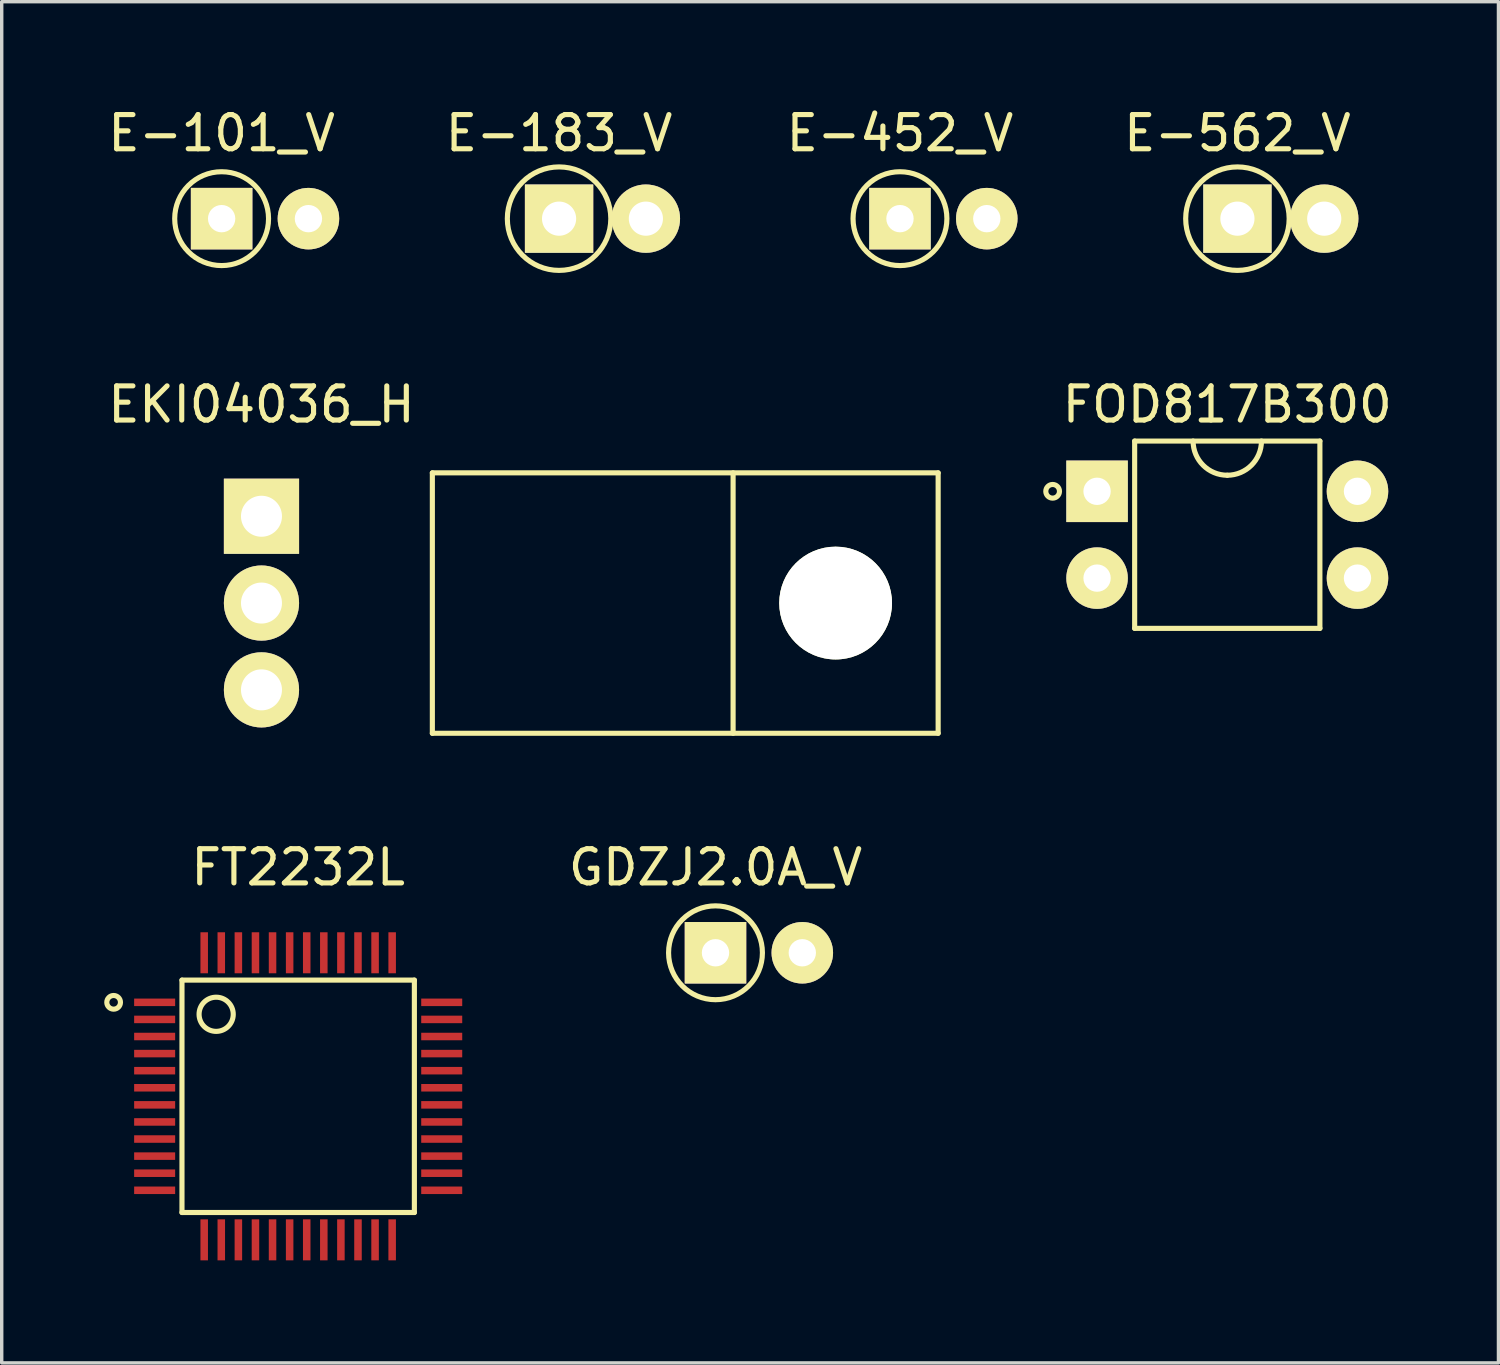
<source format=kicad_pcb>
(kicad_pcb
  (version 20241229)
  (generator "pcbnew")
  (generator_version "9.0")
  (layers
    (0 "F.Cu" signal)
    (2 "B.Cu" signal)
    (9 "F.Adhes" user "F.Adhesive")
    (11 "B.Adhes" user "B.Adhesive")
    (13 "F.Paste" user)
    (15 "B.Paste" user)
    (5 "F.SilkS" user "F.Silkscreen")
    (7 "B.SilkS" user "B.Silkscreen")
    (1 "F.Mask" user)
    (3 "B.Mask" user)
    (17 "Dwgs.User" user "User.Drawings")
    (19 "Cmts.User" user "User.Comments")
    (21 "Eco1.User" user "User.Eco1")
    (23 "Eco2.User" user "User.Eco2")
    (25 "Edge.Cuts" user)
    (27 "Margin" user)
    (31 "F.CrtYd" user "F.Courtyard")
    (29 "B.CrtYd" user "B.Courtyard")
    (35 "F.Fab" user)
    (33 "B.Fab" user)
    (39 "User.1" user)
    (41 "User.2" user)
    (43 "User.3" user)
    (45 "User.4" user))
  (footprint "FT2232L"
    (layer "F.Cu")
    (at 1.475 24.829)
    (property "Reference" "FT2232L" (at 4.2 -2.5 0) (layer "F.SilkS") (effects (font (size 1 1) (thickness 0.15))))
    (attr through_hole)
    (fp_line (start 0.8 0.8) (end 0.8 7.6) (stroke (width 0.15) (type solid)) (layer "F.SilkS"))
    (fp_line (start 0.8 0.8) (end 7.6 0.8) (stroke (width 0.15) (type solid)) (layer "F.SilkS"))
    (fp_line (start 0.8 7.6) (end 7.6 7.6) (stroke (width 0.15) (type solid)) (layer "F.SilkS"))
    (fp_line (start 7.6 7.6) (end 7.6 0.8) (stroke (width 0.15) (type solid)) (layer "F.SilkS"))
    (fp_circle (center -1.2 1.45) (end -1.2 1.25) (stroke (width 0.15) (type solid)) (fill no) (layer "F.SilkS"))
    (fp_circle (center 1.8 1.8) (end 1.8 1.3) (stroke (width 0.15) (type solid)) (fill no) (layer "F.SilkS"))
    (pad "1" smd rect (at 0 1.45) (size 1.2 0.22) (layers "F.Cu" "F.Mask" "F.Paste"))
    (pad "2" smd rect (at 0 1.95) (size 1.2 0.22) (layers "F.Cu" "F.Mask" "F.Paste"))
    (pad "3" smd rect (at 0 2.45) (size 1.2 0.22) (layers "F.Cu" "F.Mask" "F.Paste"))
    (pad "4" smd rect (at 0 2.95) (size 1.2 0.22) (layers "F.Cu" "F.Mask" "F.Paste"))
    (pad "5" smd rect (at 0 3.45) (size 1.2 0.22) (layers "F.Cu" "F.Mask" "F.Paste"))
    (pad "6" smd rect (at 0 3.95) (size 1.2 0.22) (layers "F.Cu" "F.Mask" "F.Paste"))
    (pad "7" smd rect (at 0 4.45) (size 1.2 0.22) (layers "F.Cu" "F.Mask" "F.Paste"))
    (pad "8" smd rect (at 0 4.95) (size 1.2 0.22) (layers "F.Cu" "F.Mask" "F.Paste"))
    (pad "9" smd rect (at 0 5.45) (size 1.2 0.22) (layers "F.Cu" "F.Mask" "F.Paste"))
    (pad "10" smd rect (at 0 5.95) (size 1.2 0.22) (layers "F.Cu" "F.Mask" "F.Paste"))
    (pad "11" smd rect (at 0 6.45) (size 1.2 0.22) (layers "F.Cu" "F.Mask" "F.Paste"))
    (pad "12" smd rect (at 0 6.95) (size 1.2 0.22) (layers "F.Cu" "F.Mask" "F.Paste"))
    (pad "13" smd rect (at 1.45 8.4) (size 0.22 1.2) (layers "F.Cu" "F.Mask" "F.Paste"))
    (pad "14" smd rect (at 1.95 8.4) (size 0.22 1.2) (layers "F.Cu" "F.Mask" "F.Paste"))
    (pad "15" smd rect (at 2.45 8.4) (size 0.22 1.2) (layers "F.Cu" "F.Mask" "F.Paste"))
    (pad "16" smd rect (at 2.95 8.4) (size 0.22 1.2) (layers "F.Cu" "F.Mask" "F.Paste"))
    (pad "17" smd rect (at 3.45 8.4) (size 0.22 1.2) (layers "F.Cu" "F.Mask" "F.Paste"))
    (pad "18" smd rect (at 3.95 8.4) (size 0.22 1.2) (layers "F.Cu" "F.Mask" "F.Paste"))
    (pad "19" smd rect (at 4.45 8.4) (size 0.22 1.2) (layers "F.Cu" "F.Mask" "F.Paste"))
    (pad "20" smd rect (at 4.95 8.4) (size 0.22 1.2) (layers "F.Cu" "F.Mask" "F.Paste"))
    (pad "21" smd rect (at 5.45 8.4) (size 0.22 1.2) (layers "F.Cu" "F.Mask" "F.Paste"))
    (pad "22" smd rect (at 5.95 8.4) (size 0.22 1.2) (layers "F.Cu" "F.Mask" "F.Paste"))
    (pad "23" smd rect (at 6.45 8.4) (size 0.22 1.2) (layers "F.Cu" "F.Mask" "F.Paste"))
    (pad "24" smd rect (at 6.95 8.4) (size 0.22 1.2) (layers "F.Cu" "F.Mask" "F.Paste"))
    (pad "25" smd rect (at 8.4 6.95) (size 1.2 0.22) (layers "F.Cu" "F.Mask" "F.Paste"))
    (pad "26" smd rect (at 8.4 6.45) (size 1.2 0.22) (layers "F.Cu" "F.Mask" "F.Paste"))
    (pad "27" smd rect (at 8.4 5.95) (size 1.2 0.22) (layers "F.Cu" "F.Mask" "F.Paste"))
    (pad "28" smd rect (at 8.4 5.45) (size 1.2 0.22) (layers "F.Cu" "F.Mask" "F.Paste"))
    (pad "29" smd rect (at 8.4 4.95) (size 1.2 0.22) (layers "F.Cu" "F.Mask" "F.Paste"))
    (pad "30" smd rect (at 8.4 4.45) (size 1.2 0.22) (layers "F.Cu" "F.Mask" "F.Paste"))
    (pad "31" smd rect (at 8.4 3.95) (size 1.2 0.22) (layers "F.Cu" "F.Mask" "F.Paste"))
    (pad "32" smd rect (at 8.4 3.45) (size 1.2 0.22) (layers "F.Cu" "F.Mask" "F.Paste"))
    (pad "33" smd rect (at 8.4 2.95) (size 1.2 0.22) (layers "F.Cu" "F.Mask" "F.Paste"))
    (pad "34" smd rect (at 8.4 2.45) (size 1.2 0.22) (layers "F.Cu" "F.Mask" "F.Paste"))
    (pad "35" smd rect (at 8.4 1.95) (size 1.2 0.22) (layers "F.Cu" "F.Mask" "F.Paste"))
    (pad "36" smd rect (at 8.4 1.45) (size 1.2 0.22) (layers "F.Cu" "F.Mask" "F.Paste"))
    (pad "37" smd rect (at 6.95 0) (size 0.22 1.2) (layers "F.Cu" "F.Mask" "F.Paste"))
    (pad "38" smd rect (at 6.45 0) (size 0.22 1.2) (layers "F.Cu" "F.Mask" "F.Paste"))
    (pad "39" smd rect (at 5.95 0) (size 0.22 1.2) (layers "F.Cu" "F.Mask" "F.Paste"))
    (pad "40" smd rect (at 5.45 0) (size 0.22 1.2) (layers "F.Cu" "F.Mask" "F.Paste"))
    (pad "41" smd rect (at 4.95 0) (size 0.22 1.2) (layers "F.Cu" "F.Mask" "F.Paste"))
    (pad "42" smd rect (at 4.45 0) (size 0.22 1.2) (layers "F.Cu" "F.Mask" "F.Paste"))
    (pad "43" smd rect (at 3.95 0) (size 0.22 1.2) (layers "F.Cu" "F.Mask" "F.Paste"))
    (pad "44" smd rect (at 3.45 0) (size 0.22 1.2) (layers "F.Cu" "F.Mask" "F.Paste"))
    (pad "45" smd rect (at 2.95 0) (size 0.22 1.2) (layers "F.Cu" "F.Mask" "F.Paste"))
    (pad "46" smd rect (at 2.45 0) (size 0.22 1.2) (layers "F.Cu" "F.Mask" "F.Paste"))
    (pad "47" smd rect (at 1.95 0) (size 0.22 1.2) (layers "F.Cu" "F.Mask" "F.Paste"))
    (pad "48" smd rect (at 1.45 0) (size 0.22 1.2) (layers "F.Cu" "F.Mask" "F.Paste")))
  (footprint "EKI04036_H"
    (layer "F.Cu")
    (at 4.601 12.056)
    (property "Reference" "EKI04036_H" (at 0 -3.27 0) (layer "F.SilkS") (effects (font (size 1 1) (thickness 0.15))))
    (attr through_hole)
    (fp_line (start 5 -1.27) (end 5 6.35) (stroke (width 0.15) (type solid)) (layer "F.SilkS"))
    (fp_line (start 5 -1.27) (end 19.8 -1.27) (stroke (width 0.15) (type solid)) (layer "F.SilkS"))
    (fp_line (start 5 6.35) (end 19.8 6.35) (stroke (width 0.15) (type solid)) (layer "F.SilkS"))
    (fp_line (start 13.8 -1.27) (end 13.8 6.35) (stroke (width 0.15) (type solid)) (layer "F.SilkS"))
    (fp_line (start 19.8 -1.27) (end 19.8 6.35) (stroke (width 0.15) (type solid)) (layer "F.SilkS"))
    (pad "" np_thru_hole circle (at 16.8 2.54) (size 3.3 3.3) (drill 3.3) (layers "*.Cu" "*.Mask" "F.SilkS"))
    (pad "1" thru_hole rect (at 0 0) (size 2.2 2.2) (drill 1.2) (layers "*.Cu" "*.Mask" "F.SilkS"))
    (pad "2" thru_hole circle (at 0 2.54) (size 2.2 2.2) (drill 1.2) (layers "*.Cu" "*.Mask" "F.SilkS"))
    (pad "3" thru_hole circle (at 0 5.08) (size 2.2 2.2) (drill 1.2) (layers "*.Cu" "*.Mask" "F.SilkS")))
  (footprint "E-183_V"
    (layer "F.Cu")
    (at 13.309 3.348)
    (property "Reference" "E-183_V" (at 0 -2.5 0) (layer "F.SilkS") (effects (font (size 1 1) (thickness 0.15))))
    (attr through_hole)
    (fp_circle (center 0 0) (end 0 -1.514) (stroke (width 0.15) (type solid)) (fill no) (layer "F.SilkS"))
    (pad "1" thru_hole rect (at 0 0) (size 2 2) (drill 1) (layers "*.Cu" "*.Mask" "F.SilkS"))
    (pad "2" thru_hole circle (at 2.54 0) (size 2 2) (drill 1) (layers "*.Cu" "*.Mask" "F.SilkS")))
  (footprint "E-101_V"
    (layer "F.Cu")
    (at 3.435 3.348)
    (property "Reference" "E-101_V" (at 0 -2.5 0) (layer "F.SilkS") (effects (font (size 1 1) (thickness 0.15))))
    (attr through_hole)
    (fp_circle (center 0 0) (end 0 -1.373) (stroke (width 0.15) (type solid)) (fill no) (layer "F.SilkS"))
    (pad "1" thru_hole rect (at 0 0) (size 1.8 1.8) (drill 0.8) (layers "*.Cu" "*.Mask" "F.SilkS"))
    (pad "2" thru_hole circle (at 2.54 0) (size 1.8 1.8) (drill 0.8) (layers "*.Cu" "*.Mask" "F.SilkS")))
  (footprint "E-562_V"
    (layer "F.Cu")
    (at 33.158 3.348)
    (property "Reference" "E-562_V" (at 0 -2.5 0) (layer "F.SilkS") (effects (font (size 1 1) (thickness 0.15))))
    (attr through_hole)
    (fp_circle (center 0 0) (end 0 -1.514) (stroke (width 0.15) (type solid)) (fill no) (layer "F.SilkS"))
    (pad "1" thru_hole rect (at 0 0) (size 2 2) (drill 1) (layers "*.Cu" "*.Mask" "F.SilkS"))
    (pad "2" thru_hole circle (at 2.54 0) (size 2 2) (drill 1) (layers "*.Cu" "*.Mask" "F.SilkS")))
  (footprint "FOD817B300"
    (layer "F.Cu")
    (at 29.051 11.326)
    (property "Reference" "FOD817B300" (at 3.81 -2.54 0) (layer "F.SilkS") (effects (font (size 1 1) (thickness 0.15))))
    (attr through_hole)
    (fp_line (start 1.1 -1.47) (end 6.52 -1.47) (stroke (width 0.15) (type solid)) (layer "F.SilkS"))
    (fp_line (start 1.1 4.01) (end 1.1 -1.47) (stroke (width 0.15) (type solid)) (layer "F.SilkS"))
    (fp_line (start 6.52 -1.47) (end 6.52 4.01) (stroke (width 0.15) (type solid)) (layer "F.SilkS"))
    (fp_line (start 6.52 4.01) (end 1.1 4.01) (stroke (width 0.15) (type solid)) (layer "F.SilkS"))
    (fp_arc (start 3.81 -0.47) (mid 3.102893 -0.762893) (end 2.81 -1.47) (stroke (width 0.15) (type solid)) (layer "F.SilkS"))
    (fp_arc (start 4.81 -1.47) (mid 4.517107 -0.762893) (end 3.81 -0.47) (stroke (width 0.15) (type solid)) (layer "F.SilkS"))
    (fp_circle (center -1.3 0) (end -1.3 0.2) (stroke (width 0.15) (type solid)) (fill no) (layer "F.SilkS"))
    (pad "1" thru_hole rect (at 0 0) (size 1.8 1.8) (drill 0.8) (layers "*.Cu" "*.Mask" "F.SilkS"))
    (pad "2" thru_hole circle (at 0 2.54) (size 1.8 1.8) (drill 0.8) (layers "*.Cu" "*.Mask" "F.SilkS"))
    (pad "3" thru_hole circle (at 7.62 2.54) (size 1.8 1.8) (drill 0.8) (layers "*.Cu" "*.Mask" "F.SilkS"))
    (pad "4" thru_hole circle (at 7.62 0) (size 1.8 1.8) (drill 0.8) (layers "*.Cu" "*.Mask" "F.SilkS")))
  (footprint "GDZJ2.0A_V"
    (layer "F.Cu")
    (at 17.886 24.829)
    (property "Reference" "GDZJ2.0A_V" (at 0 -2.5 0) (layer "F.SilkS") (effects (font (size 1 1) (thickness 0.15))))
    (attr through_hole)
    (fp_circle (center 0 0) (end 0 -1.373) (stroke (width 0.15) (type solid)) (fill no) (layer "F.SilkS"))
    (pad "1" thru_hole rect (at 0 0) (size 1.8 1.8) (drill 0.8) (layers "*.Cu" "*.Mask" "F.SilkS"))
    (pad "2" thru_hole circle (at 2.54 0) (size 1.8 1.8) (drill 0.8) (layers "*.Cu" "*.Mask" "F.SilkS")))
  (footprint "E-452_V"
    (layer "F.Cu")
    (at 23.284 3.348)
    (property "Reference" "E-452_V" (at 0 -2.5 0) (layer "F.SilkS") (effects (font (size 1 1) (thickness 0.15))))
    (attr through_hole)
    (fp_circle (center 0 0) (end 0 -1.373) (stroke (width 0.15) (type solid)) (fill no) (layer "F.SilkS"))
    (pad "1" thru_hole rect (at 0 0) (size 1.8 1.8) (drill 0.8) (layers "*.Cu" "*.Mask" "F.SilkS"))
    (pad "2" thru_hole circle (at 2.54 0) (size 1.8 1.8) (drill 0.8) (layers "*.Cu" "*.Mask" "F.SilkS")))
  (gr_rect
    (start -3 -3)
    (end 40.796 36.829)
    (stroke (width 0.1) (type default))
    (fill no)
    (layer "Edge.Cuts")))
</source>
